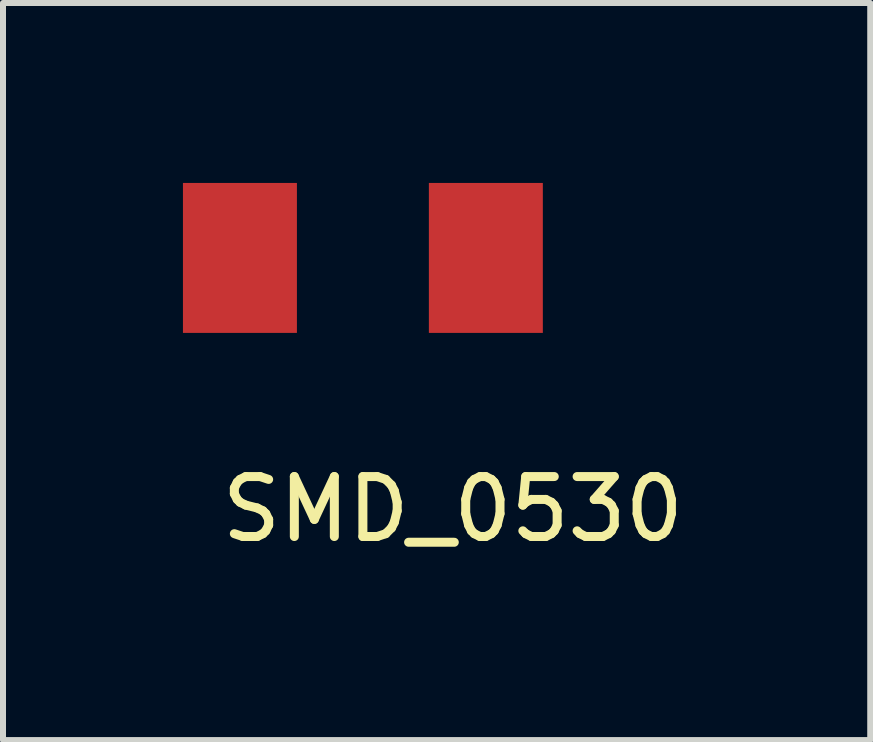
<source format=kicad_pcb>
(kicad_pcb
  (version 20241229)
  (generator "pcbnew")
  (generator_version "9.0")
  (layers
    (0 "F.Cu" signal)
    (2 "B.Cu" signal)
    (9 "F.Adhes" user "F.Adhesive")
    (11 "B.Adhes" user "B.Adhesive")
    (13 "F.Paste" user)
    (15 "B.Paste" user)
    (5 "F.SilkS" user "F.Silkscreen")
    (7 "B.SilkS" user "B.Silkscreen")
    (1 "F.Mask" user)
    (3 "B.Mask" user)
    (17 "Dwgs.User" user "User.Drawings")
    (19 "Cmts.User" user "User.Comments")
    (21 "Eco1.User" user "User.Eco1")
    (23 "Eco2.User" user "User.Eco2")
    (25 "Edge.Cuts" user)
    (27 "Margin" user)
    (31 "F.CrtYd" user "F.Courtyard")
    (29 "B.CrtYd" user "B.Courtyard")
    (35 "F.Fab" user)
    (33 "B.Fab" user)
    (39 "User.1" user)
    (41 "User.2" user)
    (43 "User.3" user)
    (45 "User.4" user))
  (footprint "SMD_0530"
    (layer "F.Cu")
    (at 0.95 1.25)
    (property "Reference" "SMD_0530" (at 3.55 4.19 0) (layer "F.SilkS") (effects (font (size 1 1) (thickness 0.15))))
    (attr through_hole)
    (pad "1" smd rect (at 0 0) (size 1.9 2.5) (layers "F.Cu" "F.Mask" "F.Paste"))
    (pad "2" smd rect (at 4.1 0) (size 1.9 2.5) (layers "F.Cu" "F.Mask" "F.Paste")))
  (gr_rect
    (start -3 -3)
    (end 11.458 9.288)
    (stroke (width 0.1) (type default))
    (fill no)
    (layer "Edge.Cuts")))
</source>
